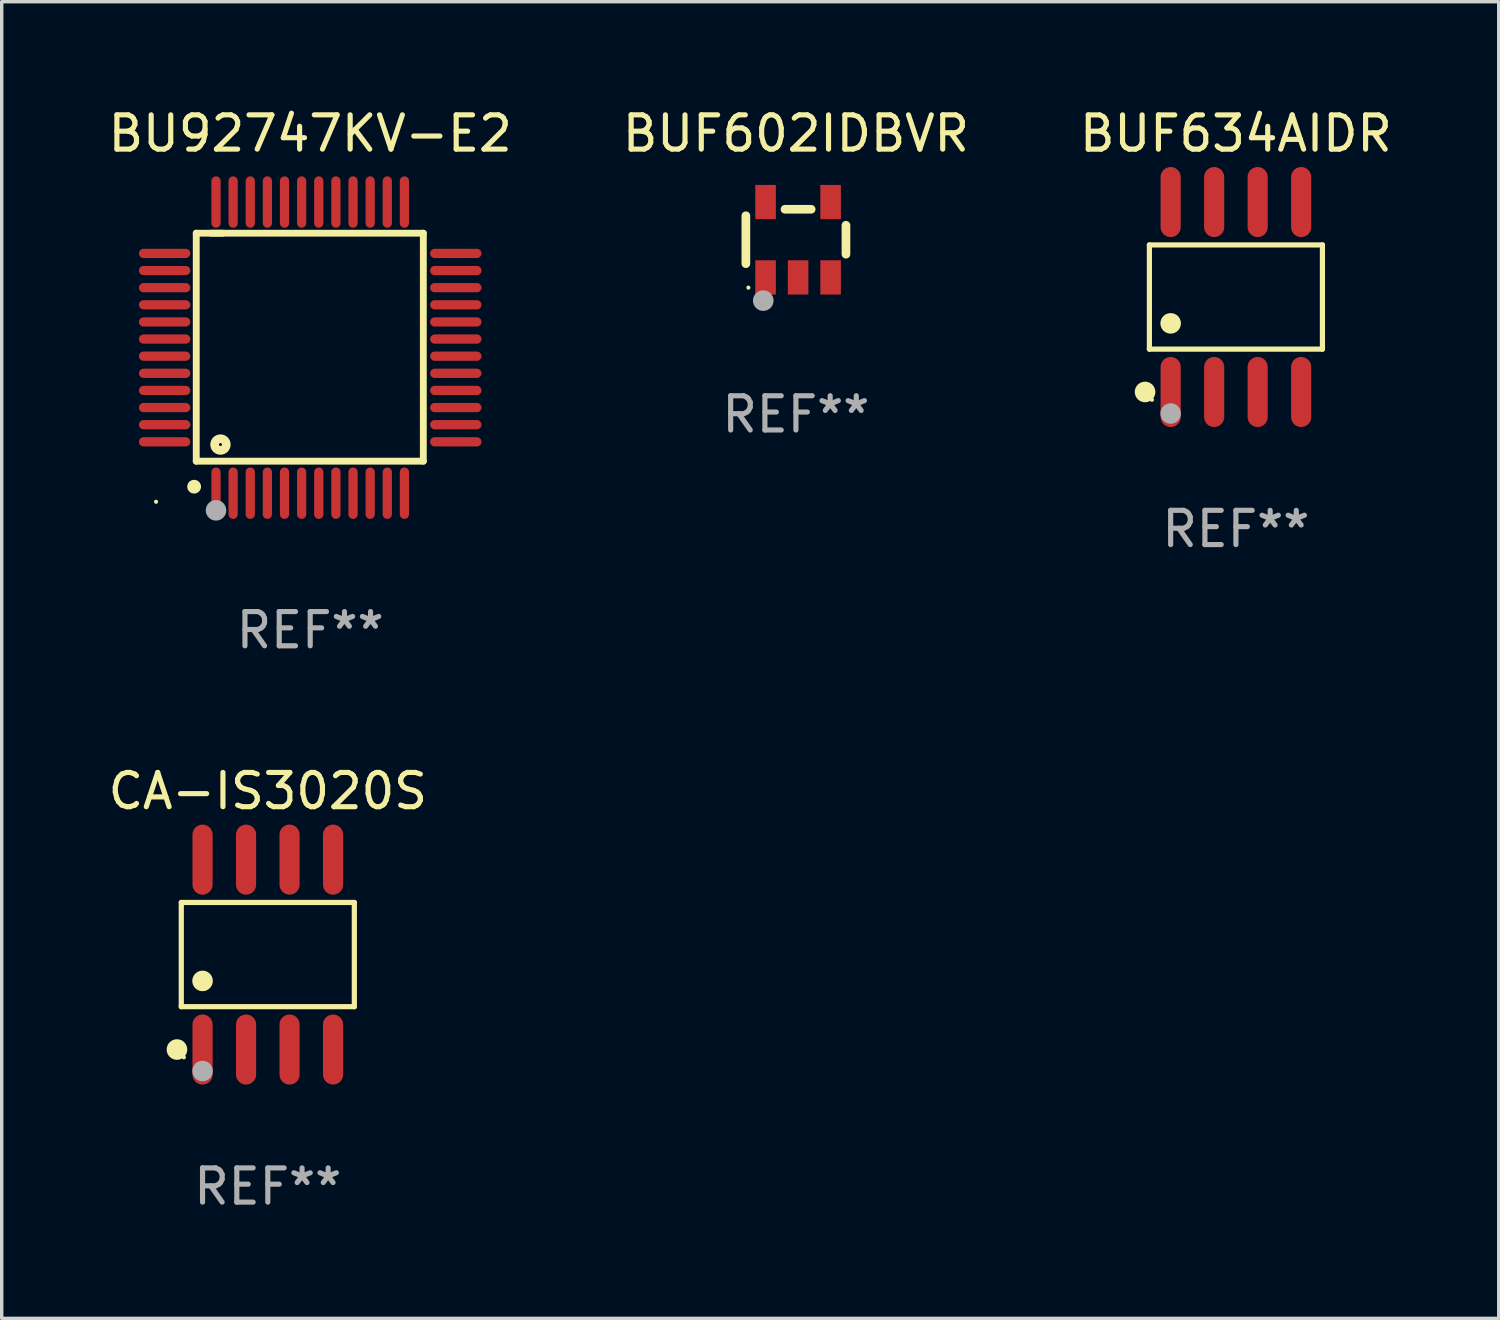
<source format=kicad_pcb>
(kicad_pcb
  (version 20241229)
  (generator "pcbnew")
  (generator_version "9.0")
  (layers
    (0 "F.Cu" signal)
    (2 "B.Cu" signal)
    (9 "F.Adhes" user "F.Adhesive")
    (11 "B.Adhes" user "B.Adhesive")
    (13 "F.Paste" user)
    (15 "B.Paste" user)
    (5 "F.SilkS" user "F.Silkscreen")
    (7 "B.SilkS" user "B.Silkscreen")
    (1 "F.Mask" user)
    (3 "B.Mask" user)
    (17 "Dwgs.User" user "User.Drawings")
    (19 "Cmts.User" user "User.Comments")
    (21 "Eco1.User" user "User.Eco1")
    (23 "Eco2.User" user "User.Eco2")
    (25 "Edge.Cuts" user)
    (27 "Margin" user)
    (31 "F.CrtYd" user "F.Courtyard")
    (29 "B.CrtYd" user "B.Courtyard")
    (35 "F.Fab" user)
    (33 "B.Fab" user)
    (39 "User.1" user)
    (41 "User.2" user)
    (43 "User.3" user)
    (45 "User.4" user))
  (footprint "BUF602IDBVR"
    (layer "F.Cu")
    (at 20.185 3.948)
    (property "Reference" "BUF602IDBVR" (at 0 -3.1 0) (layer "F.SilkS") (effects (font (size 1 1) (thickness 0.15))))
    (attr through_hole)
    (fp_line (start -1.461 -0.699) (end -1.461 0.699) (stroke (width 0.254) (type solid)) (layer "F.SilkS"))
    (fp_line (start -0.318 -0.889) (end 0.445 -0.889) (stroke (width 0.254) (type solid)) (layer "F.SilkS"))
    (fp_line (start 1.461 -0.422) (end 1.461 0.422) (stroke (width 0.254) (type solid)) (layer "F.SilkS"))
    (fp_circle (center -1.387 1.4) (end -1.357 1.4) (stroke (width 0.06) (type solid)) (fill no) (layer "F.SilkS"))
    (fp_circle (center -0.953 1.778) (end -0.802 1.778) (stroke (width 0.3) (type solid)) (fill no) (layer "F.Fab"))
    (fp_text user "REF**" (at 0 5.1 0) (layer "F.Fab") (effects (font (size 1 1) (thickness 0.15))))
    (pad "1" smd rect (at -0.886 1.1) (size 0.6 1) (layers "F.Cu" "F.Mask" "F.Paste"))
    (pad "2" smd rect (at 0.064 1.1) (size 0.6 1) (layers "F.Cu" "F.Mask" "F.Paste"))
    (pad "3" smd rect (at 1.013 1.1) (size 0.6 1) (layers "F.Cu" "F.Mask" "F.Paste"))
    (pad "4" smd rect (at 1.013 -1.1) (size 0.6 1) (layers "F.Cu" "F.Mask" "F.Paste"))
    (pad "5" smd rect (at -0.886 -1.1) (size 0.6 1) (layers "F.Cu" "F.Mask" "F.Paste")))
  (footprint "CA-IS3020S"
    (layer "F.Cu")
    (at 4.768 24.817)
    (property "Reference" "CA-IS3020S" (at 0 -4.772 0) (layer "F.SilkS") (effects (font (size 1 1) (thickness 0.15))))
    (attr through_hole)
    (fp_line (start -2.526 -1.521) (end 2.526 -1.521) (stroke (width 0.152) (type solid)) (layer "F.SilkS"))
    (fp_line (start -2.526 1.521) (end -2.526 -1.521) (stroke (width 0.152) (type solid)) (layer "F.SilkS"))
    (fp_line (start 2.526 -1.521) (end 2.526 1.521) (stroke (width 0.152) (type solid)) (layer "F.SilkS"))
    (fp_line (start 2.526 1.521) (end -2.526 1.521) (stroke (width 0.152) (type solid)) (layer "F.SilkS"))
    (fp_circle (center -2.652 2.772) (end -2.501 2.772) (stroke (width 0.3) (type solid)) (fill no) (layer "F.SilkS"))
    (fp_circle (center -2.45 3) (end -2.42 3) (stroke (width 0.06) (type solid)) (fill no) (layer "F.SilkS"))
    (fp_circle (center -1.905 0.769) (end -1.755 0.769) (stroke (width 0.3) (type solid)) (fill no) (layer "F.SilkS"))
    (fp_circle (center -1.905 3.4) (end -1.755 3.4) (stroke (width 0.3) (type solid)) (fill no) (layer "F.Fab"))
    (fp_text user "REF**" (at 0 6.772 0) (layer "F.Fab") (effects (font (size 1 1) (thickness 0.15))))
    (pad "1" smd oval (at -1.905 2.772) (size 0.588 2.045) (layers "F.Cu" "F.Mask" "F.Paste"))
    (pad "2" smd oval (at -0.635 2.772) (size 0.588 2.045) (layers "F.Cu" "F.Mask" "F.Paste"))
    (pad "3" smd oval (at 0.635 2.772) (size 0.588 2.045) (layers "F.Cu" "F.Mask" "F.Paste"))
    (pad "4" smd oval (at 1.905 2.772) (size 0.588 2.045) (layers "F.Cu" "F.Mask" "F.Paste"))
    (pad "5" smd oval (at 1.905 -2.772) (size 0.588 2.045) (layers "F.Cu" "F.Mask" "F.Paste"))
    (pad "6" smd oval (at 0.635 -2.772) (size 0.588 2.045) (layers "F.Cu" "F.Mask" "F.Paste"))
    (pad "7" smd oval (at -0.635 -2.772) (size 0.588 2.045) (layers "F.Cu" "F.Mask" "F.Paste"))
    (pad "8" smd oval (at -1.905 -2.772) (size 0.588 2.045) (layers "F.Cu" "F.Mask" "F.Paste")))
  (footprint "BU92747KV-E2"
    (layer "F.Cu")
    (at 6.006 7.098)
    (property "Reference" "BU92747KV-E2" (at 0 -6.25 0) (layer "F.SilkS") (effects (font (size 1 1) (thickness 0.15))))
    (attr through_hole)
    (fp_line (start -3.327 -3.34) (end -2.565 -3.34) (stroke (width 0.2) (type solid)) (layer "F.SilkS"))
    (fp_line (start -3.327 3.315) (end -3.327 -3.34) (stroke (width 0.2) (type solid)) (layer "F.SilkS"))
    (fp_line (start -2.896 -3.34) (end 3.302 -3.34) (stroke (width 0.2) (type solid)) (layer "F.SilkS"))
    (fp_line (start 3.302 -3.34) (end 3.302 3.315) (stroke (width 0.2) (type solid)) (layer "F.SilkS"))
    (fp_line (start 3.302 3.315) (end -3.327 3.315) (stroke (width 0.2) (type solid)) (layer "F.SilkS"))
    (fp_arc (start -3.389992 4.059995) (mid -3.388722 4.059991) (end -3.387452 4.059995) (stroke (width 0.4) (type solid)) (layer "F.SilkS"))
    (fp_circle (center -4.5 4.5) (end -4.47 4.5) (stroke (width 0.06) (type solid)) (fill no) (layer "F.SilkS"))
    (fp_circle (center -2.62 2.83) (end -2.45 2.83) (stroke (width 0.254) (type solid)) (fill no) (layer "F.SilkS"))
    (fp_circle (center -2.75 4.75) (end -2.6 4.75) (stroke (width 0.3) (type solid)) (fill no) (layer "F.Fab"))
    (fp_text user "REF**" (at 0 8.25 0) (layer "F.Fab") (effects (font (size 1 1) (thickness 0.15))))
    (pad "1" smd oval (at -2.75 4.25) (size 0.27 1.5) (layers "F.Cu" "F.Mask" "F.Paste"))
    (pad "2" smd oval (at -2.25 4.25) (size 0.27 1.5) (layers "F.Cu" "F.Mask" "F.Paste"))
    (pad "3" smd oval (at -1.75 4.25) (size 0.27 1.5) (layers "F.Cu" "F.Mask" "F.Paste"))
    (pad "4" smd oval (at -1.25 4.25) (size 0.27 1.5) (layers "F.Cu" "F.Mask" "F.Paste"))
    (pad "5" smd oval (at -0.75 4.25) (size 0.27 1.5) (layers "F.Cu" "F.Mask" "F.Paste"))
    (pad "6" smd oval (at -0.25 4.25) (size 0.27 1.5) (layers "F.Cu" "F.Mask" "F.Paste"))
    (pad "7" smd oval (at 0.25 4.25) (size 0.27 1.5) (layers "F.Cu" "F.Mask" "F.Paste"))
    (pad "8" smd oval (at 0.75 4.25) (size 0.27 1.5) (layers "F.Cu" "F.Mask" "F.Paste"))
    (pad "9" smd oval (at 1.25 4.25) (size 0.27 1.5) (layers "F.Cu" "F.Mask" "F.Paste"))
    (pad "10" smd oval (at 1.75 4.25) (size 0.27 1.5) (layers "F.Cu" "F.Mask" "F.Paste"))
    (pad "11" smd oval (at 2.25 4.25) (size 0.27 1.5) (layers "F.Cu" "F.Mask" "F.Paste"))
    (pad "12" smd oval (at 2.75 4.25) (size 0.27 1.5) (layers "F.Cu" "F.Mask" "F.Paste"))
    (pad "13" smd oval (at 4.25 2.75) (size 1.5 0.27) (layers "F.Cu" "F.Mask" "F.Paste"))
    (pad "14" smd oval (at 4.25 2.25) (size 1.5 0.27) (layers "F.Cu" "F.Mask" "F.Paste"))
    (pad "15" smd oval (at 4.25 1.75) (size 1.5 0.27) (layers "F.Cu" "F.Mask" "F.Paste"))
    (pad "16" smd oval (at 4.25 1.25) (size 1.5 0.27) (layers "F.Cu" "F.Mask" "F.Paste"))
    (pad "17" smd oval (at 4.25 0.75) (size 1.5 0.27) (layers "F.Cu" "F.Mask" "F.Paste"))
    (pad "18" smd oval (at 4.25 0.25) (size 1.5 0.27) (layers "F.Cu" "F.Mask" "F.Paste"))
    (pad "19" smd oval (at 4.25 -0.25) (size 1.5 0.27) (layers "F.Cu" "F.Mask" "F.Paste"))
    (pad "20" smd oval (at 4.25 -0.75) (size 1.5 0.27) (layers "F.Cu" "F.Mask" "F.Paste"))
    (pad "21" smd oval (at 4.25 -1.25) (size 1.5 0.27) (layers "F.Cu" "F.Mask" "F.Paste"))
    (pad "22" smd oval (at 4.25 -1.75) (size 1.5 0.27) (layers "F.Cu" "F.Mask" "F.Paste"))
    (pad "23" smd oval (at 4.25 -2.25) (size 1.5 0.27) (layers "F.Cu" "F.Mask" "F.Paste"))
    (pad "24" smd oval (at 4.25 -2.75) (size 1.5 0.27) (layers "F.Cu" "F.Mask" "F.Paste"))
    (pad "25" smd oval (at 2.75 -4.25) (size 0.27 1.5) (layers "F.Cu" "F.Mask" "F.Paste"))
    (pad "26" smd oval (at 2.25 -4.25) (size 0.27 1.5) (layers "F.Cu" "F.Mask" "F.Paste"))
    (pad "27" smd oval (at 1.75 -4.25) (size 0.27 1.5) (layers "F.Cu" "F.Mask" "F.Paste"))
    (pad "28" smd oval (at 1.25 -4.25) (size 0.27 1.5) (layers "F.Cu" "F.Mask" "F.Paste"))
    (pad "29" smd oval (at 0.75 -4.25) (size 0.27 1.5) (layers "F.Cu" "F.Mask" "F.Paste"))
    (pad "30" smd oval (at 0.25 -4.25) (size 0.27 1.5) (layers "F.Cu" "F.Mask" "F.Paste"))
    (pad "31" smd oval (at -0.25 -4.25) (size 0.27 1.5) (layers "F.Cu" "F.Mask" "F.Paste"))
    (pad "32" smd oval (at -0.75 -4.25) (size 0.27 1.5) (layers "F.Cu" "F.Mask" "F.Paste"))
    (pad "33" smd oval (at -1.25 -4.25) (size 0.27 1.5) (layers "F.Cu" "F.Mask" "F.Paste"))
    (pad "34" smd oval (at -1.75 -4.25) (size 0.27 1.5) (layers "F.Cu" "F.Mask" "F.Paste"))
    (pad "35" smd oval (at -2.25 -4.25) (size 0.27 1.5) (layers "F.Cu" "F.Mask" "F.Paste"))
    (pad "36" smd oval (at -2.75 -4.25) (size 0.27 1.5) (layers "F.Cu" "F.Mask" "F.Paste"))
    (pad "37" smd oval (at -4.25 -2.75) (size 1.5 0.27) (layers "F.Cu" "F.Mask" "F.Paste"))
    (pad "38" smd oval (at -4.25 -2.25) (size 1.5 0.27) (layers "F.Cu" "F.Mask" "F.Paste"))
    (pad "39" smd oval (at -4.25 -1.75) (size 1.5 0.27) (layers "F.Cu" "F.Mask" "F.Paste"))
    (pad "40" smd oval (at -4.25 -1.25) (size 1.5 0.27) (layers "F.Cu" "F.Mask" "F.Paste"))
    (pad "41" smd oval (at -4.25 -0.75) (size 1.5 0.27) (layers "F.Cu" "F.Mask" "F.Paste"))
    (pad "42" smd oval (at -4.25 -0.25) (size 1.5 0.27) (layers "F.Cu" "F.Mask" "F.Paste"))
    (pad "43" smd oval (at -4.25 0.25) (size 1.5 0.27) (layers "F.Cu" "F.Mask" "F.Paste"))
    (pad "44" smd oval (at -4.25 0.75) (size 1.5 0.27) (layers "F.Cu" "F.Mask" "F.Paste"))
    (pad "45" smd oval (at -4.25 1.25) (size 1.5 0.27) (layers "F.Cu" "F.Mask" "F.Paste"))
    (pad "46" smd oval (at -4.25 1.75) (size 1.5 0.27) (layers "F.Cu" "F.Mask" "F.Paste"))
    (pad "47" smd oval (at -4.25 2.25) (size 1.5 0.27) (layers "F.Cu" "F.Mask" "F.Paste"))
    (pad "48" smd oval (at -4.25 2.75) (size 1.5 0.27) (layers "F.Cu" "F.Mask" "F.Paste")))
  (footprint "BUF634AIDR"
    (layer "F.Cu")
    (at 33.03 5.621)
    (property "Reference" "BUF634AIDR" (at 0 -4.772 0) (layer "F.SilkS") (effects (font (size 1 1) (thickness 0.15))))
    (attr through_hole)
    (fp_line (start -2.526 -1.521) (end 2.526 -1.521) (stroke (width 0.152) (type solid)) (layer "F.SilkS"))
    (fp_line (start -2.526 1.521) (end -2.526 -1.521) (stroke (width 0.152) (type solid)) (layer "F.SilkS"))
    (fp_line (start 2.526 -1.521) (end 2.526 1.521) (stroke (width 0.152) (type solid)) (layer "F.SilkS"))
    (fp_line (start 2.526 1.521) (end -2.526 1.521) (stroke (width 0.152) (type solid)) (layer "F.SilkS"))
    (fp_circle (center -2.652 2.772) (end -2.501 2.772) (stroke (width 0.3) (type solid)) (fill no) (layer "F.SilkS"))
    (fp_circle (center -2.45 3) (end -2.42 3) (stroke (width 0.06) (type solid)) (fill no) (layer "F.SilkS"))
    (fp_circle (center -1.905 0.769) (end -1.755 0.769) (stroke (width 0.3) (type solid)) (fill no) (layer "F.SilkS"))
    (fp_circle (center -1.905 3.4) (end -1.755 3.4) (stroke (width 0.3) (type solid)) (fill no) (layer "F.Fab"))
    (fp_text user "REF**" (at 0 6.772 0) (layer "F.Fab") (effects (font (size 1 1) (thickness 0.15))))
    (pad "1" smd oval (at -1.905 2.772) (size 0.588 2.045) (layers "F.Cu" "F.Mask" "F.Paste"))
    (pad "2" smd oval (at -0.635 2.772) (size 0.588 2.045) (layers "F.Cu" "F.Mask" "F.Paste"))
    (pad "3" smd oval (at 0.635 2.772) (size 0.588 2.045) (layers "F.Cu" "F.Mask" "F.Paste"))
    (pad "4" smd oval (at 1.905 2.772) (size 0.588 2.045) (layers "F.Cu" "F.Mask" "F.Paste"))
    (pad "5" smd oval (at 1.905 -2.772) (size 0.588 2.045) (layers "F.Cu" "F.Mask" "F.Paste"))
    (pad "6" smd oval (at 0.635 -2.772) (size 0.588 2.045) (layers "F.Cu" "F.Mask" "F.Paste"))
    (pad "7" smd oval (at -0.635 -2.772) (size 0.588 2.045) (layers "F.Cu" "F.Mask" "F.Paste"))
    (pad "8" smd oval (at -1.905 -2.772) (size 0.588 2.045) (layers "F.Cu" "F.Mask" "F.Paste")))
  (gr_rect
    (start -3 -3)
    (end 40.702 35.438)
    (stroke (width 0.1) (type default))
    (fill no)
    (layer "Edge.Cuts")))
</source>
